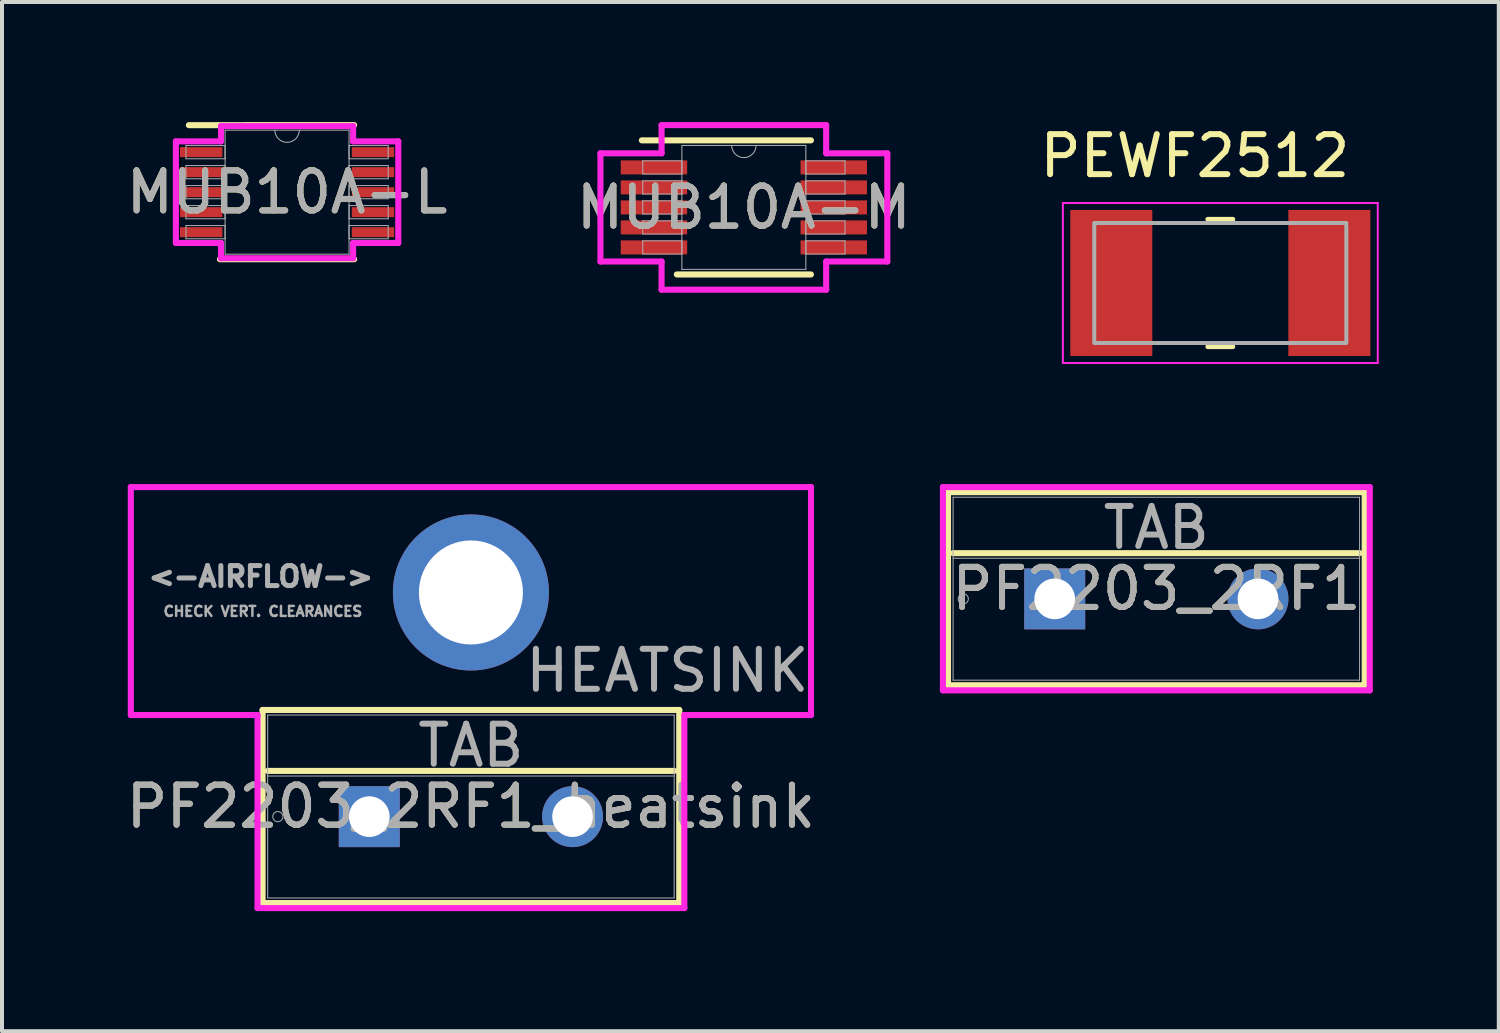
<source format=kicad_pcb>
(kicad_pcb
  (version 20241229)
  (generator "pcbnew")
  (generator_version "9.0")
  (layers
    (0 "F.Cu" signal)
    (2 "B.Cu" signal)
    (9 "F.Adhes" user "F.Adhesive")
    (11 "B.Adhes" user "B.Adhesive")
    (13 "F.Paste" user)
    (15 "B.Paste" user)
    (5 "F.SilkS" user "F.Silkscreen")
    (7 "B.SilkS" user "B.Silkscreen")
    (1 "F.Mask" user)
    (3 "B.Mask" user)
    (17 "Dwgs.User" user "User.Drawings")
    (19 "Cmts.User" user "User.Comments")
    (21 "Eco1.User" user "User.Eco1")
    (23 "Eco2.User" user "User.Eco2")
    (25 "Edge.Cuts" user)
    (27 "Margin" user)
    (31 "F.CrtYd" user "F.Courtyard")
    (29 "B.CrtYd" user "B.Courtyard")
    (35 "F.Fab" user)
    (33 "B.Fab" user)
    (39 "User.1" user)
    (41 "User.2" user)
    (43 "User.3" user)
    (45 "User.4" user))
  (footprint "MUB10A-L"
    (layer "F.Cu")
    (at 4.125 1.753)
    (property "Reference" "MUB10A-L" (at 0 0 0) (unlocked yes) (layer "F.SilkS") (effects (font (size 1 1) (thickness 0.15))))
    (attr smd)
    (fp_line (start -1.676 1.676) (end 1.676 1.676) (stroke (width 0.152) (type solid)) (layer "F.SilkS"))
    (fp_line (start 1.676 -1.676) (end -2.455 -1.675) (stroke (width 0.152) (type solid)) (layer "F.SilkS"))
    (fp_line (start -2.779 -1.27) (end -1.651 -1.27) (stroke (width 0.152) (type solid)) (layer "F.CrtYd"))
    (fp_line (start -2.779 1.27) (end -2.779 -1.27) (stroke (width 0.152) (type solid)) (layer "F.CrtYd"))
    (fp_line (start -2.779 1.27) (end -1.651 1.27) (stroke (width 0.152) (type solid)) (layer "F.CrtYd"))
    (fp_line (start -1.651 -1.651) (end 1.651 -1.651) (stroke (width 0.152) (type solid)) (layer "F.CrtYd"))
    (fp_line (start -1.651 -1.27) (end -1.651 -1.651) (stroke (width 0.152) (type solid)) (layer "F.CrtYd"))
    (fp_line (start -1.651 1.651) (end -1.651 1.27) (stroke (width 0.152) (type solid)) (layer "F.CrtYd"))
    (fp_line (start 1.651 -1.651) (end 1.651 -1.27) (stroke (width 0.152) (type solid)) (layer "F.CrtYd"))
    (fp_line (start 1.651 1.27) (end 1.651 1.651) (stroke (width 0.152) (type solid)) (layer "F.CrtYd"))
    (fp_line (start 1.651 1.651) (end -1.651 1.651) (stroke (width 0.152) (type solid)) (layer "F.CrtYd"))
    (fp_line (start 2.779 -1.27) (end 1.651 -1.27) (stroke (width 0.152) (type solid)) (layer "F.CrtYd"))
    (fp_line (start 2.779 -1.27) (end 2.779 1.27) (stroke (width 0.152) (type solid)) (layer "F.CrtYd"))
    (fp_line (start 2.779 1.27) (end 1.651 1.27) (stroke (width 0.152) (type solid)) (layer "F.CrtYd"))
    (fp_line (start -2.527 -1.165) (end -2.527 -0.835) (stroke (width 0.025) (type solid)) (layer "F.Fab"))
    (fp_line (start -2.527 -0.835) (end -1.549 -0.835) (stroke (width 0.025) (type solid)) (layer "F.Fab"))
    (fp_line (start -2.527 -0.665) (end -2.527 -0.335) (stroke (width 0.025) (type solid)) (layer "F.Fab"))
    (fp_line (start -2.527 -0.335) (end -1.549 -0.335) (stroke (width 0.025) (type solid)) (layer "F.Fab"))
    (fp_line (start -2.527 -0.165) (end -2.527 0.165) (stroke (width 0.025) (type solid)) (layer "F.Fab"))
    (fp_line (start -2.527 0.165) (end -1.549 0.165) (stroke (width 0.025) (type solid)) (layer "F.Fab"))
    (fp_line (start -2.527 0.335) (end -2.527 0.665) (stroke (width 0.025) (type solid)) (layer "F.Fab"))
    (fp_line (start -2.527 0.665) (end -1.549 0.665) (stroke (width 0.025) (type solid)) (layer "F.Fab"))
    (fp_line (start -2.527 0.835) (end -2.527 1.165) (stroke (width 0.025) (type solid)) (layer "F.Fab"))
    (fp_line (start -2.527 1.165) (end -1.549 1.165) (stroke (width 0.025) (type solid)) (layer "F.Fab"))
    (fp_line (start -1.549 -1.549) (end -1.549 1.549) (stroke (width 0.025) (type solid)) (layer "F.Fab"))
    (fp_line (start -1.549 -1.165) (end -2.527 -1.165) (stroke (width 0.025) (type solid)) (layer "F.Fab"))
    (fp_line (start -1.549 -0.835) (end -1.549 -1.165) (stroke (width 0.025) (type solid)) (layer "F.Fab"))
    (fp_line (start -1.549 -0.665) (end -2.527 -0.665) (stroke (width 0.025) (type solid)) (layer "F.Fab"))
    (fp_line (start -1.549 -0.335) (end -1.549 -0.665) (stroke (width 0.025) (type solid)) (layer "F.Fab"))
    (fp_line (start -1.549 -0.165) (end -2.527 -0.165) (stroke (width 0.025) (type solid)) (layer "F.Fab"))
    (fp_line (start -1.549 0.165) (end -1.549 -0.165) (stroke (width 0.025) (type solid)) (layer "F.Fab"))
    (fp_line (start -1.549 0.335) (end -2.527 0.335) (stroke (width 0.025) (type solid)) (layer "F.Fab"))
    (fp_line (start -1.549 0.665) (end -1.549 0.335) (stroke (width 0.025) (type solid)) (layer "F.Fab"))
    (fp_line (start -1.549 0.835) (end -2.527 0.835) (stroke (width 0.025) (type solid)) (layer "F.Fab"))
    (fp_line (start -1.549 1.165) (end -1.549 0.835) (stroke (width 0.025) (type solid)) (layer "F.Fab"))
    (fp_line (start -1.549 1.549) (end 1.549 1.549) (stroke (width 0.025) (type solid)) (layer "F.Fab"))
    (fp_line (start 1.549 -1.549) (end -1.549 -1.549) (stroke (width 0.025) (type solid)) (layer "F.Fab"))
    (fp_line (start 1.549 -1.165) (end 1.549 -0.835) (stroke (width 0.025) (type solid)) (layer "F.Fab"))
    (fp_line (start 1.549 -0.835) (end 2.527 -0.835) (stroke (width 0.025) (type solid)) (layer "F.Fab"))
    (fp_line (start 1.549 -0.665) (end 1.549 -0.335) (stroke (width 0.025) (type solid)) (layer "F.Fab"))
    (fp_line (start 1.549 -0.335) (end 2.527 -0.335) (stroke (width 0.025) (type solid)) (layer "F.Fab"))
    (fp_line (start 1.549 -0.165) (end 1.549 0.165) (stroke (width 0.025) (type solid)) (layer "F.Fab"))
    (fp_line (start 1.549 0.165) (end 2.527 0.165) (stroke (width 0.025) (type solid)) (layer "F.Fab"))
    (fp_line (start 1.549 0.335) (end 1.549 0.665) (stroke (width 0.025) (type solid)) (layer "F.Fab"))
    (fp_line (start 1.549 0.665) (end 2.527 0.665) (stroke (width 0.025) (type solid)) (layer "F.Fab"))
    (fp_line (start 1.549 0.835) (end 1.549 1.165) (stroke (width 0.025) (type solid)) (layer "F.Fab"))
    (fp_line (start 1.549 1.165) (end 2.527 1.165) (stroke (width 0.025) (type solid)) (layer "F.Fab"))
    (fp_line (start 1.549 1.549) (end 1.549 -1.549) (stroke (width 0.025) (type solid)) (layer "F.Fab"))
    (fp_line (start 2.527 -1.165) (end 1.549 -1.165) (stroke (width 0.025) (type solid)) (layer "F.Fab"))
    (fp_line (start 2.527 -0.835) (end 2.527 -1.165) (stroke (width 0.025) (type solid)) (layer "F.Fab"))
    (fp_line (start 2.527 -0.665) (end 1.549 -0.665) (stroke (width 0.025) (type solid)) (layer "F.Fab"))
    (fp_line (start 2.527 -0.335) (end 2.527 -0.665) (stroke (width 0.025) (type solid)) (layer "F.Fab"))
    (fp_line (start 2.527 -0.165) (end 1.549 -0.165) (stroke (width 0.025) (type solid)) (layer "F.Fab"))
    (fp_line (start 2.527 0.165) (end 2.527 -0.165) (stroke (width 0.025) (type solid)) (layer "F.Fab"))
    (fp_line (start 2.527 0.335) (end 1.549 0.335) (stroke (width 0.025) (type solid)) (layer "F.Fab"))
    (fp_line (start 2.527 0.665) (end 2.527 0.335) (stroke (width 0.025) (type solid)) (layer "F.Fab"))
    (fp_line (start 2.527 0.835) (end 1.549 0.835) (stroke (width 0.025) (type solid)) (layer "F.Fab"))
    (fp_line (start 2.527 1.165) (end 2.527 0.835) (stroke (width 0.025) (type solid)) (layer "F.Fab"))
    (fp_arc (start 0.3048 -1.5494) (mid 0 -1.2446) (end -0.3048 -1.5494) (stroke (width 0.0254) (type solid)) (layer "F.Fab"))
    (fp_text user "${REFERENCE}" (at 0 0 0) (unlocked yes) (layer "F.Fab") (effects (font (size 1 1) (thickness 0.15))))
    (pad "1" smd rect (at -2.147 -1) (size 1.06 0.25) (layers "F.Cu" "F.Mask" "F.Paste"))
    (pad "2" smd rect (at -2.147 -0.5) (size 1.06 0.25) (layers "F.Cu" "F.Mask" "F.Paste"))
    (pad "3" smd rect (at -2.147 0) (size 1.06 0.25) (layers "F.Cu" "F.Mask" "F.Paste"))
    (pad "4" smd rect (at -2.147 0.5) (size 1.06 0.25) (layers "F.Cu" "F.Mask" "F.Paste"))
    (pad "5" smd rect (at -2.147 1) (size 1.06 0.25) (layers "F.Cu" "F.Mask" "F.Paste"))
    (pad "6" smd rect (at 2.147 1) (size 1.06 0.25) (layers "F.Cu" "F.Mask" "F.Paste"))
    (pad "7" smd rect (at 2.147 0.5) (size 1.06 0.25) (layers "F.Cu" "F.Mask" "F.Paste"))
    (pad "8" smd rect (at 2.147 0) (size 1.06 0.25) (layers "F.Cu" "F.Mask" "F.Paste"))
    (pad "9" smd rect (at 2.147 -0.5) (size 1.06 0.25) (layers "F.Cu" "F.Mask" "F.Paste"))
    (pad "10" smd rect (at 2.147 -1) (size 1.06 0.25) (layers "F.Cu" "F.Mask" "F.Paste")))
  (footprint "PF2203_2RF1"
    (layer "F.Cu")
    (at 23.311 11.918)
    (property "Reference" "PF2203_2RF1" (at 2.54 -0.254 0) (unlocked yes) (layer "F.SilkS") (effects (font (size 1 1) (thickness 0.15))))
    (attr through_hole)
    (fp_line (start -2.667 -2.667) (end -2.667 2.159) (stroke (width 0.152) (type solid)) (layer "F.SilkS"))
    (fp_line (start -2.667 2.159) (end 7.747 2.159) (stroke (width 0.152) (type solid)) (layer "F.SilkS"))
    (fp_line (start -2.54 -1.143) (end 7.62 -1.143) (stroke (width 0.152) (type solid)) (layer "F.SilkS"))
    (fp_line (start 7.747 -2.667) (end -2.667 -2.667) (stroke (width 0.152) (type solid)) (layer "F.SilkS"))
    (fp_line (start 7.747 2.159) (end 7.747 -2.667) (stroke (width 0.152) (type solid)) (layer "F.SilkS"))
    (fp_line (start -2.794 -2.794) (end -2.794 2.286) (stroke (width 0.152) (type solid)) (layer "F.CrtYd"))
    (fp_line (start -2.794 2.286) (end 7.874 2.286) (stroke (width 0.152) (type solid)) (layer "F.CrtYd"))
    (fp_line (start 7.874 -2.794) (end -2.794 -2.794) (stroke (width 0.152) (type solid)) (layer "F.CrtYd"))
    (fp_line (start 7.874 2.286) (end 7.874 -2.794) (stroke (width 0.152) (type solid)) (layer "F.CrtYd"))
    (fp_line (start -2.54 -2.54) (end -2.54 2.032) (stroke (width 0.025) (type solid)) (layer "F.Fab"))
    (fp_line (start -2.54 -1.016) (end 7.62 -1.016) (stroke (width 0.025) (type solid)) (layer "F.Fab"))
    (fp_line (start -2.54 2.032) (end 7.62 2.032) (stroke (width 0.025) (type solid)) (layer "F.Fab"))
    (fp_line (start 7.62 -2.54) (end -2.54 -2.54) (stroke (width 0.025) (type solid)) (layer "F.Fab"))
    (fp_line (start 7.62 2.032) (end 7.62 -2.54) (stroke (width 0.025) (type solid)) (layer "F.Fab"))
    (fp_circle (center -2.286 0) (end -2.159 0) (stroke (width 0.025) (type solid)) (fill no) (layer "F.Fab"))
    (fp_text user "${REFERENCE}" (at 2.54 -0.254 0) (unlocked yes) (layer "F.Fab") (effects (font (size 1 1) (thickness 0.15))))
    (fp_text user "TAB" (at 2.54 -1.778 0) (unlocked yes) (layer "F.Fab") (effects (font (size 1 1) (thickness 0.15))))
    (pad "1" thru_hole rect (at 0 0) (size 1.524 1.524) (drill 1.016) (layers "*.Cu" "*.Mask"))
    (pad "2" thru_hole circle (at 5.08 0) (size 1.524 1.524) (drill 1.016) (layers "*.Cu" "*.Mask")))
  (footprint "PEWF2512"
    (layer "F.Cu")
    (at 27.45 4.023)
    (property "Reference" "PEWF2512" (at -0.635 -3.175 0) (layer "F.SilkS") (effects (font (size 1 1) (thickness 0.15))))
    (attr smd)
    (fp_line (start -0.31 -1.59) (end 0.31 -1.59) (stroke (width 0.127) (type solid)) (layer "F.SilkS"))
    (fp_line (start -0.31 1.59) (end 0.31 1.59) (stroke (width 0.127) (type solid)) (layer "F.SilkS"))
    (fp_line (start -3.935 -2) (end 3.935 -2) (stroke (width 0.05) (type solid)) (layer "F.CrtYd"))
    (fp_line (start -3.935 2) (end -3.935 -2) (stroke (width 0.05) (type solid)) (layer "F.CrtYd"))
    (fp_line (start 3.935 -2) (end 3.935 2) (stroke (width 0.05) (type solid)) (layer "F.CrtYd"))
    (fp_line (start 3.935 2) (end -3.935 2) (stroke (width 0.05) (type solid)) (layer "F.CrtYd"))
    (fp_rect (start -3.15 -1.5) (end 3.15 1.5) (stroke (width 0.1) (type default)) (fill no) (layer "F.Fab"))
    (pad "1" smd rect (at -2.725 0) (size 2.05 3.65) (layers "F.Cu" "F.Mask" "F.Paste"))
    (pad "2" smd rect (at 2.725 0) (size 2.05 3.65) (layers "F.Cu" "F.Mask" "F.Paste")))
  (footprint "PF2203_2RF1_heatsink"
    (layer "F.Cu")
    (at 6.18 17.361)
    (property "Reference" "PF2203_2RF1_heatsink" (at 2.54 -0.254 0) (unlocked yes) (layer "F.SilkS") (effects (font (size 1 1) (thickness 0.15))))
    (attr through_hole)
    (fp_line (start -2.667 -2.667) (end -2.667 2.159) (stroke (width 0.152) (type solid)) (layer "F.SilkS"))
    (fp_line (start -2.667 2.159) (end 7.747 2.159) (stroke (width 0.152) (type solid)) (layer "F.SilkS"))
    (fp_line (start -2.54 -1.143) (end 7.62 -1.143) (stroke (width 0.152) (type solid)) (layer "F.SilkS"))
    (fp_line (start 7.747 -2.667) (end -2.667 -2.667) (stroke (width 0.152) (type solid)) (layer "F.SilkS"))
    (fp_line (start 7.747 2.159) (end 7.747 -2.667) (stroke (width 0.152) (type solid)) (layer "F.SilkS"))
    (fp_line (start -5.96 -8.237) (end 11.04 -8.237) (stroke (width 0.152) (type default)) (layer "F.CrtYd"))
    (fp_line (start -5.96 -2.54) (end -5.96 -8.237) (stroke (width 0.152) (type default)) (layer "F.CrtYd"))
    (fp_line (start -2.794 -2.54) (end -5.96 -2.54) (stroke (width 0.152) (type default)) (layer "F.CrtYd"))
    (fp_line (start -2.794 -2.54) (end -2.794 2.286) (stroke (width 0.152) (type solid)) (layer "F.CrtYd"))
    (fp_line (start -2.794 2.286) (end 7.874 2.286) (stroke (width 0.152) (type solid)) (layer "F.CrtYd"))
    (fp_line (start 7.874 -2.54) (end 11.04 -2.54) (stroke (width 0.152) (type default)) (layer "F.CrtYd"))
    (fp_line (start 7.874 2.286) (end 7.874 -2.54) (stroke (width 0.152) (type solid)) (layer "F.CrtYd"))
    (fp_line (start 11.04 -2.54) (end 11.04 -8.237) (stroke (width 0.152) (type default)) (layer "F.CrtYd"))
    (fp_line (start -2.54 -2.54) (end -2.54 2.032) (stroke (width 0.025) (type solid)) (layer "F.Fab"))
    (fp_line (start -2.54 -1.016) (end 7.62 -1.016) (stroke (width 0.025) (type solid)) (layer "F.Fab"))
    (fp_line (start -2.54 2.032) (end 7.62 2.032) (stroke (width 0.025) (type solid)) (layer "F.Fab"))
    (fp_line (start 7.62 -2.54) (end -2.54 -2.54) (stroke (width 0.025) (type solid)) (layer "F.Fab"))
    (fp_line (start 7.62 2.032) (end 7.62 -2.54) (stroke (width 0.025) (type solid)) (layer "F.Fab"))
    (fp_circle (center -2.286 0) (end -2.159 0) (stroke (width 0.025) (type solid)) (fill no) (layer "F.Fab"))
    (fp_text user "CHECK VERT. CLEARANCES" (at -2.66 -5.13 0) (unlocked yes) (layer "F.Fab") (effects (font (size 0.25 0.25) (thickness 0.062))))
    (fp_text user "<-AIRFLOW->" (at -2.71 -6 0) (unlocked yes) (layer "F.Fab") (effects (font (size 0.5 0.5) (thickness 0.125))))
    (fp_text user "${REFERENCE}" (at 2.54 -0.254 0) (unlocked yes) (layer "F.Fab") (effects (font (size 1 1) (thickness 0.15))))
    (fp_text user "TAB" (at 2.54 -1.778 0) (unlocked yes) (layer "F.Fab") (effects (font (size 1 1) (thickness 0.15))))
    (fp_text user "HEATSINK" (at 7.45 -3.65 0) (unlocked yes) (layer "F.Fab") (effects (font (size 1 1) (thickness 0.15))))
    (pad "1" thru_hole rect (at 0 0) (size 1.524 1.524) (drill 1.016) (layers "*.Cu" "*.Mask"))
    (pad "2" thru_hole circle (at 5.08 0) (size 1.524 1.524) (drill 1.016) (layers "*.Cu" "*.Mask"))
    (pad "3" thru_hole circle (at 2.54 -5.603) (size 3.9 3.9) (drill oval 2.6) (layers "*.Cu" "*.Mask")))
  (footprint "MUB10A-M"
    (layer "F.Cu")
    (at 15.542 2.134)
    (property "Reference" "MUB10A-M" (at 0 0 0) (unlocked yes) (layer "F.SilkS") (effects (font (size 1 1) (thickness 0.15))))
    (attr smd)
    (fp_line (start -1.676 1.676) (end 1.676 1.676) (stroke (width 0.152) (type solid)) (layer "F.SilkS"))
    (fp_line (start 1.676 -1.676) (end -2.55 -1.676) (stroke (width 0.152) (type solid)) (layer "F.SilkS"))
    (fp_line (start -3.585 -1.352) (end -2.057 -1.352) (stroke (width 0.152) (type solid)) (layer "F.CrtYd"))
    (fp_line (start -3.585 1.352) (end -3.585 -1.352) (stroke (width 0.152) (type solid)) (layer "F.CrtYd"))
    (fp_line (start -3.585 1.352) (end -2.057 1.352) (stroke (width 0.152) (type solid)) (layer "F.CrtYd"))
    (fp_line (start -2.057 -2.057) (end 2.057 -2.057) (stroke (width 0.152) (type solid)) (layer "F.CrtYd"))
    (fp_line (start -2.057 -1.352) (end -2.057 -2.057) (stroke (width 0.152) (type solid)) (layer "F.CrtYd"))
    (fp_line (start -2.057 2.057) (end -2.057 1.352) (stroke (width 0.152) (type solid)) (layer "F.CrtYd"))
    (fp_line (start 2.057 -2.057) (end 2.057 -1.352) (stroke (width 0.152) (type solid)) (layer "F.CrtYd"))
    (fp_line (start 2.057 1.352) (end 2.057 2.057) (stroke (width 0.152) (type solid)) (layer "F.CrtYd"))
    (fp_line (start 2.057 2.057) (end -2.057 2.057) (stroke (width 0.152) (type solid)) (layer "F.CrtYd"))
    (fp_line (start 3.585 -1.352) (end 2.057 -1.352) (stroke (width 0.152) (type solid)) (layer "F.CrtYd"))
    (fp_line (start 3.585 -1.352) (end 3.585 1.352) (stroke (width 0.152) (type solid)) (layer "F.CrtYd"))
    (fp_line (start 3.585 1.352) (end 2.057 1.352) (stroke (width 0.152) (type solid)) (layer "F.CrtYd"))
    (fp_line (start -2.527 -1.165) (end -2.527 -0.835) (stroke (width 0.025) (type solid)) (layer "F.Fab"))
    (fp_line (start -2.527 -0.835) (end -1.549 -0.835) (stroke (width 0.025) (type solid)) (layer "F.Fab"))
    (fp_line (start -2.527 -0.665) (end -2.527 -0.335) (stroke (width 0.025) (type solid)) (layer "F.Fab"))
    (fp_line (start -2.527 -0.335) (end -1.549 -0.335) (stroke (width 0.025) (type solid)) (layer "F.Fab"))
    (fp_line (start -2.527 -0.165) (end -2.527 0.165) (stroke (width 0.025) (type solid)) (layer "F.Fab"))
    (fp_line (start -2.527 0.165) (end -1.549 0.165) (stroke (width 0.025) (type solid)) (layer "F.Fab"))
    (fp_line (start -2.527 0.335) (end -2.527 0.665) (stroke (width 0.025) (type solid)) (layer "F.Fab"))
    (fp_line (start -2.527 0.665) (end -1.549 0.665) (stroke (width 0.025) (type solid)) (layer "F.Fab"))
    (fp_line (start -2.527 0.835) (end -2.527 1.165) (stroke (width 0.025) (type solid)) (layer "F.Fab"))
    (fp_line (start -2.527 1.165) (end -1.549 1.165) (stroke (width 0.025) (type solid)) (layer "F.Fab"))
    (fp_line (start -1.549 -1.549) (end -1.549 1.549) (stroke (width 0.025) (type solid)) (layer "F.Fab"))
    (fp_line (start -1.549 -1.165) (end -2.527 -1.165) (stroke (width 0.025) (type solid)) (layer "F.Fab"))
    (fp_line (start -1.549 -0.835) (end -1.549 -1.165) (stroke (width 0.025) (type solid)) (layer "F.Fab"))
    (fp_line (start -1.549 -0.665) (end -2.527 -0.665) (stroke (width 0.025) (type solid)) (layer "F.Fab"))
    (fp_line (start -1.549 -0.335) (end -1.549 -0.665) (stroke (width 0.025) (type solid)) (layer "F.Fab"))
    (fp_line (start -1.549 -0.165) (end -2.527 -0.165) (stroke (width 0.025) (type solid)) (layer "F.Fab"))
    (fp_line (start -1.549 0.165) (end -1.549 -0.165) (stroke (width 0.025) (type solid)) (layer "F.Fab"))
    (fp_line (start -1.549 0.335) (end -2.527 0.335) (stroke (width 0.025) (type solid)) (layer "F.Fab"))
    (fp_line (start -1.549 0.665) (end -1.549 0.335) (stroke (width 0.025) (type solid)) (layer "F.Fab"))
    (fp_line (start -1.549 0.835) (end -2.527 0.835) (stroke (width 0.025) (type solid)) (layer "F.Fab"))
    (fp_line (start -1.549 1.165) (end -1.549 0.835) (stroke (width 0.025) (type solid)) (layer "F.Fab"))
    (fp_line (start -1.549 1.549) (end 1.549 1.549) (stroke (width 0.025) (type solid)) (layer "F.Fab"))
    (fp_line (start 1.549 -1.549) (end -1.549 -1.549) (stroke (width 0.025) (type solid)) (layer "F.Fab"))
    (fp_line (start 1.549 -1.165) (end 1.549 -0.835) (stroke (width 0.025) (type solid)) (layer "F.Fab"))
    (fp_line (start 1.549 -0.835) (end 2.527 -0.835) (stroke (width 0.025) (type solid)) (layer "F.Fab"))
    (fp_line (start 1.549 -0.665) (end 1.549 -0.335) (stroke (width 0.025) (type solid)) (layer "F.Fab"))
    (fp_line (start 1.549 -0.335) (end 2.527 -0.335) (stroke (width 0.025) (type solid)) (layer "F.Fab"))
    (fp_line (start 1.549 -0.165) (end 1.549 0.165) (stroke (width 0.025) (type solid)) (layer "F.Fab"))
    (fp_line (start 1.549 0.165) (end 2.527 0.165) (stroke (width 0.025) (type solid)) (layer "F.Fab"))
    (fp_line (start 1.549 0.335) (end 1.549 0.665) (stroke (width 0.025) (type solid)) (layer "F.Fab"))
    (fp_line (start 1.549 0.665) (end 2.527 0.665) (stroke (width 0.025) (type solid)) (layer "F.Fab"))
    (fp_line (start 1.549 0.835) (end 1.549 1.165) (stroke (width 0.025) (type solid)) (layer "F.Fab"))
    (fp_line (start 1.549 1.165) (end 2.527 1.165) (stroke (width 0.025) (type solid)) (layer "F.Fab"))
    (fp_line (start 1.549 1.549) (end 1.549 -1.549) (stroke (width 0.025) (type solid)) (layer "F.Fab"))
    (fp_line (start 2.527 -1.165) (end 1.549 -1.165) (stroke (width 0.025) (type solid)) (layer "F.Fab"))
    (fp_line (start 2.527 -0.835) (end 2.527 -1.165) (stroke (width 0.025) (type solid)) (layer "F.Fab"))
    (fp_line (start 2.527 -0.665) (end 1.549 -0.665) (stroke (width 0.025) (type solid)) (layer "F.Fab"))
    (fp_line (start 2.527 -0.335) (end 2.527 -0.665) (stroke (width 0.025) (type solid)) (layer "F.Fab"))
    (fp_line (start 2.527 -0.165) (end 1.549 -0.165) (stroke (width 0.025) (type solid)) (layer "F.Fab"))
    (fp_line (start 2.527 0.165) (end 2.527 -0.165) (stroke (width 0.025) (type solid)) (layer "F.Fab"))
    (fp_line (start 2.527 0.335) (end 1.549 0.335) (stroke (width 0.025) (type solid)) (layer "F.Fab"))
    (fp_line (start 2.527 0.665) (end 2.527 0.335) (stroke (width 0.025) (type solid)) (layer "F.Fab"))
    (fp_line (start 2.527 0.835) (end 1.549 0.835) (stroke (width 0.025) (type solid)) (layer "F.Fab"))
    (fp_line (start 2.527 1.165) (end 2.527 0.835) (stroke (width 0.025) (type solid)) (layer "F.Fab"))
    (fp_arc (start 0.3048 -1.5494) (mid 0 -1.2446) (end -0.3048 -1.5494) (stroke (width 0.0254) (type solid)) (layer "F.Fab"))
    (fp_text user "${REFERENCE}" (at 0 0 0) (unlocked yes) (layer "F.Fab") (effects (font (size 1 1) (thickness 0.15))))
    (pad "1" smd rect (at -2.247 -1) (size 1.66 0.35) (layers "F.Cu" "F.Mask" "F.Paste"))
    (pad "2" smd rect (at -2.247 -0.5) (size 1.66 0.35) (layers "F.Cu" "F.Mask" "F.Paste"))
    (pad "3" smd rect (at -2.247 0) (size 1.66 0.35) (layers "F.Cu" "F.Mask" "F.Paste"))
    (pad "4" smd rect (at -2.247 0.5) (size 1.66 0.35) (layers "F.Cu" "F.Mask" "F.Paste"))
    (pad "5" smd rect (at -2.247 1) (size 1.66 0.35) (layers "F.Cu" "F.Mask" "F.Paste"))
    (pad "6" smd rect (at 2.247 1) (size 1.66 0.35) (layers "F.Cu" "F.Mask" "F.Paste"))
    (pad "7" smd rect (at 2.247 0.5) (size 1.66 0.35) (layers "F.Cu" "F.Mask" "F.Paste"))
    (pad "8" smd rect (at 2.247 0) (size 1.66 0.35) (layers "F.Cu" "F.Mask" "F.Paste"))
    (pad "9" smd rect (at 2.247 -0.5) (size 1.66 0.35) (layers "F.Cu" "F.Mask" "F.Paste"))
    (pad "10" smd rect (at 2.247 -1) (size 1.66 0.35) (layers "F.Cu" "F.Mask" "F.Paste")))
  (gr_rect
    (start -3 -3)
    (end 34.41 22.724)
    (stroke (width 0.1) (type default))
    (fill no)
    (layer "Edge.Cuts")))
</source>
